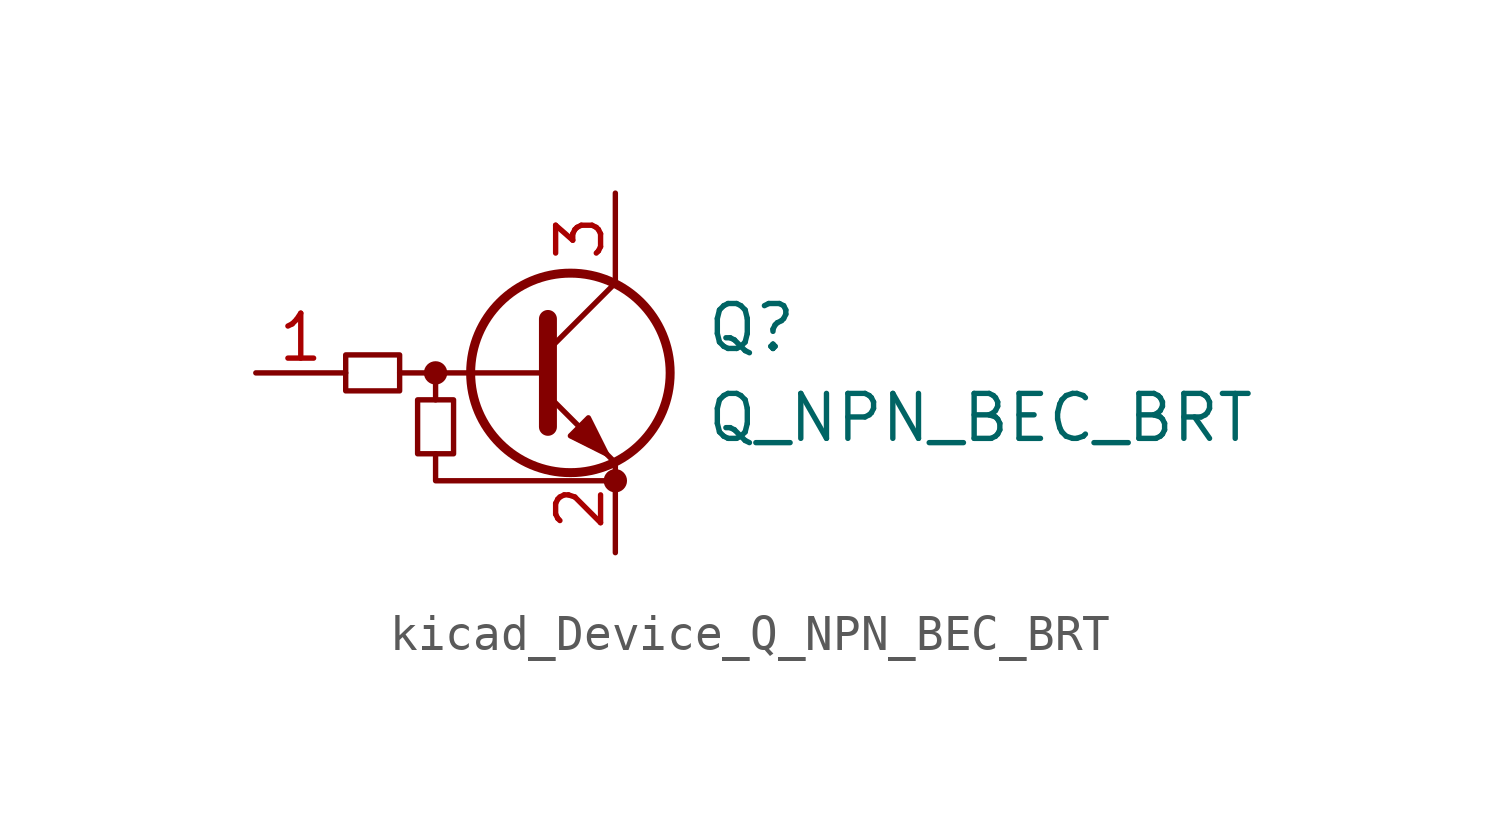
<source format=kicad_sym>
(kicad_symbol_lib
  (version 20220914)
  (generator kicad_symbol_editor)
  (symbol "kicad_Device_Q_NPN_BEC_BRT"
    (pin_names hide)
    (property "Reference" "Q"
      (at 3.81 1.27 0)
      (effects (font (size 1.27 1.27)) (justify left)))
    (property "Value" "Q_NPN_BEC_BRT"
      (at 3.81 -1.27 0)
      (effects (font (size 1.27 1.27)) (justify left)))
    (symbol "kicad_Device_Q_NPN_BEC_BRT_0_1"
      (rectangle (start -6.35 0.508) (end -4.826 -0.508) (stroke (width 0) (type default)) (fill (type none)))
      (rectangle (start -4.318 -2.286) (end -3.302 -0.762) (stroke (width 0) (type default)) (fill (type none)))
      (circle (center -3.81 0) (radius 0.254) (stroke (width 0) (type default)) (fill (type outline)))
      (polyline (pts (xy -3.81 -0.762) (xy -3.81 0)) (stroke (width 0) (type default)) (fill (type none)))
      (polyline (pts (xy -0.762 0) (xy -4.826 0)) (stroke (width 0) (type default)) (fill (type none)))
      (polyline (pts (xy -0.635 1.524) (xy -0.635 -1.524)) (stroke (width 0.508) (type default)) (fill (type none)))
      (polyline (pts (xy -3.81 -2.286) (xy -3.81 -3.048) (xy 1.27 -3.048)) (stroke (width 0) (type default)) (fill (type none)))
      (circle (center 1.27 -3.048) (radius 0.254) (stroke (width 0) (type default)) (fill (type outline))))
    (symbol "kicad_Device_Q_NPN_BEC_BRT_1_1"
      (polyline (pts (xy -0.635 0.635) (xy 1.27 2.54)) (stroke (width 0) (type default)) (fill (type none)))
      (polyline (pts (xy -0.635 -0.635) (xy 1.27 -2.54) (xy 1.27 -2.54)) (stroke (width 0) (type default)) (fill (type none)))
      (polyline (pts (xy 0 -1.778) (xy 0.508 -1.27) (xy 1.016 -2.286) (xy 0 -1.778) (xy 0 -1.778)) (stroke (width 0) (type default)) (fill (type outline)))
      (circle (center 0 0) (radius 2.819) (stroke (width 0.254) (type default)) (fill (type none)))
      (pin input line (at -8.89 0 0) (length 2.54) (name "B" (effects (font (size 1.27 1.27)))) (number "1" (effects (font (size 1.27 1.27)))))
      (pin passive line (at 1.27 -5.08 90) (length 2.54) (name "E" (effects (font (size 1.27 1.27)))) (number "2" (effects (font (size 1.27 1.27)))))
      (pin passive line (at 1.27 5.08 270) (length 2.54) (name "C" (effects (font (size 1.27 1.27)))) (number "3" (effects (font (size 1.27 1.27))))))))
</source>
